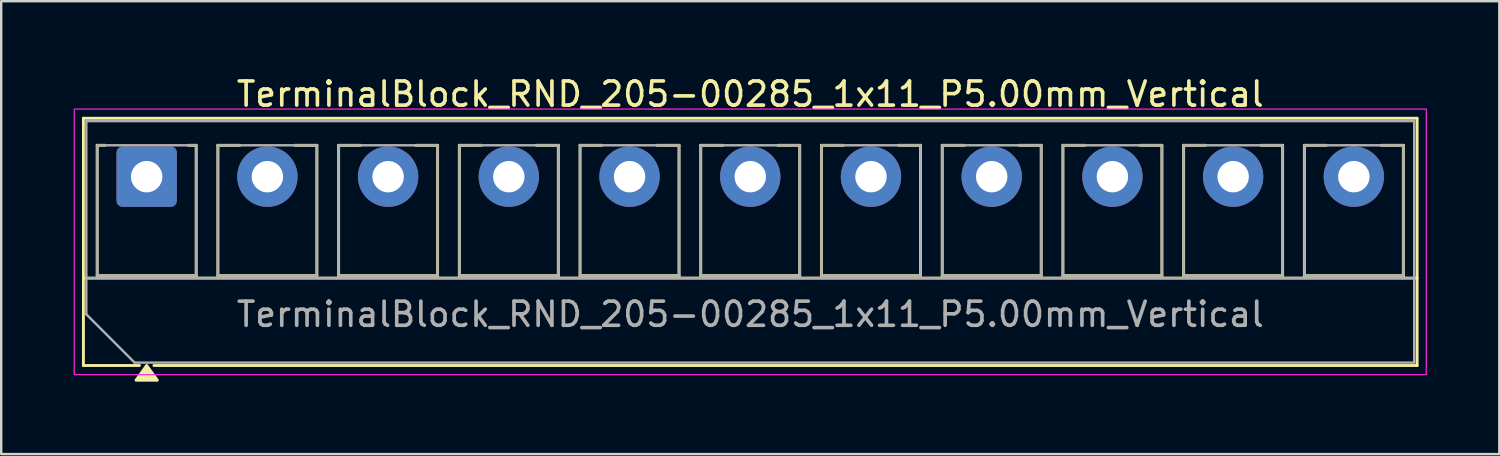
<source format=kicad_pcb>
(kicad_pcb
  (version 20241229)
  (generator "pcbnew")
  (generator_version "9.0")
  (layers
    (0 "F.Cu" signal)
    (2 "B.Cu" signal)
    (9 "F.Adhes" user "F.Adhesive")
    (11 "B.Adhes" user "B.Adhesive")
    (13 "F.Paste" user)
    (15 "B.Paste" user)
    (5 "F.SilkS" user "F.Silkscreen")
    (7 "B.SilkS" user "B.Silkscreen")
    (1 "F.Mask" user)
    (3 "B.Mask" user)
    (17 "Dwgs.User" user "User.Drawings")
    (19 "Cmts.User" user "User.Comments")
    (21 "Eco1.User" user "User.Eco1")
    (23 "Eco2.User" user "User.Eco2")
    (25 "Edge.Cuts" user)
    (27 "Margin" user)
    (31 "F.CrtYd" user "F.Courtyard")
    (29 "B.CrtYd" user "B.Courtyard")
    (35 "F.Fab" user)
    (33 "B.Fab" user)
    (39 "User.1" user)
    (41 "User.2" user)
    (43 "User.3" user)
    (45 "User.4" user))
  (footprint "TerminalBlock_RND_205-00285_1x11_P5.00mm_Vertical"
    (layer "F.Cu")
    (at 3.025 4.268)
    (property "Reference" "TerminalBlock_RND_205-00285_1x11_P5.00mm_Vertical" (at 25 -3.42 0) (layer "F.SilkS") (effects (font (size 1 1) (thickness 0.15))))
    (attr through_hole)
    (fp_line (start -2.62 -2.42) (end 52.62 -2.42) (stroke (width 0.12) (type solid)) (layer "F.SilkS"))
    (fp_line (start -2.62 4.2) (end 52.62 4.2) (stroke (width 0.12) (type solid)) (layer "F.SilkS"))
    (fp_line (start -2.62 7.82) (end -2.62 -2.42) (stroke (width 0.12) (type solid)) (layer "F.SilkS"))
    (fp_line (start -2.05 -1.3) (end -1.73 -1.3) (stroke (width 0.12) (type solid)) (layer "F.SilkS"))
    (fp_line (start -2.05 4.1) (end -2.05 -1.3) (stroke (width 0.12) (type solid)) (layer "F.SilkS"))
    (fp_line (start -0.3 7.82) (end -2.62 7.82) (stroke (width 0.12) (type solid)) (layer "F.SilkS"))
    (fp_line (start 1.73 -1.3) (end 2.05 -1.3) (stroke (width 0.12) (type solid)) (layer "F.SilkS"))
    (fp_line (start 2.05 -1.3) (end 2.05 4.1) (stroke (width 0.12) (type solid)) (layer "F.SilkS"))
    (fp_line (start 2.05 4.1) (end -2.05 4.1) (stroke (width 0.12) (type solid)) (layer "F.SilkS"))
    (fp_line (start 2.95 -1.3) (end 3.859 -1.3) (stroke (width 0.12) (type solid)) (layer "F.SilkS"))
    (fp_line (start 2.95 4.1) (end 2.95 -1.3) (stroke (width 0.12) (type solid)) (layer "F.SilkS"))
    (fp_line (start 6.141 -1.3) (end 7.05 -1.3) (stroke (width 0.12) (type solid)) (layer "F.SilkS"))
    (fp_line (start 7.05 -1.3) (end 7.05 4.1) (stroke (width 0.12) (type solid)) (layer "F.SilkS"))
    (fp_line (start 7.05 4.1) (end 2.95 4.1) (stroke (width 0.12) (type solid)) (layer "F.SilkS"))
    (fp_line (start 7.95 -1.3) (end 8.859 -1.3) (stroke (width 0.12) (type solid)) (layer "F.SilkS"))
    (fp_line (start 7.95 4.1) (end 7.95 -1.3) (stroke (width 0.12) (type solid)) (layer "F.SilkS"))
    (fp_line (start 11.141 -1.3) (end 12.05 -1.3) (stroke (width 0.12) (type solid)) (layer "F.SilkS"))
    (fp_line (start 12.05 -1.3) (end 12.05 4.1) (stroke (width 0.12) (type solid)) (layer "F.SilkS"))
    (fp_line (start 12.05 4.1) (end 7.95 4.1) (stroke (width 0.12) (type solid)) (layer "F.SilkS"))
    (fp_line (start 12.95 -1.3) (end 13.859 -1.3) (stroke (width 0.12) (type solid)) (layer "F.SilkS"))
    (fp_line (start 12.95 4.1) (end 12.95 -1.3) (stroke (width 0.12) (type solid)) (layer "F.SilkS"))
    (fp_line (start 16.141 -1.3) (end 17.05 -1.3) (stroke (width 0.12) (type solid)) (layer "F.SilkS"))
    (fp_line (start 17.05 -1.3) (end 17.05 4.1) (stroke (width 0.12) (type solid)) (layer "F.SilkS"))
    (fp_line (start 17.05 4.1) (end 12.95 4.1) (stroke (width 0.12) (type solid)) (layer "F.SilkS"))
    (fp_line (start 17.95 -1.3) (end 18.859 -1.3) (stroke (width 0.12) (type solid)) (layer "F.SilkS"))
    (fp_line (start 17.95 4.1) (end 17.95 -1.3) (stroke (width 0.12) (type solid)) (layer "F.SilkS"))
    (fp_line (start 21.141 -1.3) (end 22.05 -1.3) (stroke (width 0.12) (type solid)) (layer "F.SilkS"))
    (fp_line (start 22.05 -1.3) (end 22.05 4.1) (stroke (width 0.12) (type solid)) (layer "F.SilkS"))
    (fp_line (start 22.05 4.1) (end 17.95 4.1) (stroke (width 0.12) (type solid)) (layer "F.SilkS"))
    (fp_line (start 22.95 -1.3) (end 23.859 -1.3) (stroke (width 0.12) (type solid)) (layer "F.SilkS"))
    (fp_line (start 22.95 4.1) (end 22.95 -1.3) (stroke (width 0.12) (type solid)) (layer "F.SilkS"))
    (fp_line (start 26.141 -1.3) (end 27.05 -1.3) (stroke (width 0.12) (type solid)) (layer "F.SilkS"))
    (fp_line (start 27.05 -1.3) (end 27.05 4.1) (stroke (width 0.12) (type solid)) (layer "F.SilkS"))
    (fp_line (start 27.05 4.1) (end 22.95 4.1) (stroke (width 0.12) (type solid)) (layer "F.SilkS"))
    (fp_line (start 27.95 -1.3) (end 28.859 -1.3) (stroke (width 0.12) (type solid)) (layer "F.SilkS"))
    (fp_line (start 27.95 4.1) (end 27.95 -1.3) (stroke (width 0.12) (type solid)) (layer "F.SilkS"))
    (fp_line (start 31.141 -1.3) (end 32.05 -1.3) (stroke (width 0.12) (type solid)) (layer "F.SilkS"))
    (fp_line (start 32.05 -1.3) (end 32.05 4.1) (stroke (width 0.12) (type solid)) (layer "F.SilkS"))
    (fp_line (start 32.05 4.1) (end 27.95 4.1) (stroke (width 0.12) (type solid)) (layer "F.SilkS"))
    (fp_line (start 32.95 -1.3) (end 33.859 -1.3) (stroke (width 0.12) (type solid)) (layer "F.SilkS"))
    (fp_line (start 32.95 4.1) (end 32.95 -1.3) (stroke (width 0.12) (type solid)) (layer "F.SilkS"))
    (fp_line (start 36.141 -1.3) (end 37.05 -1.3) (stroke (width 0.12) (type solid)) (layer "F.SilkS"))
    (fp_line (start 37.05 -1.3) (end 37.05 4.1) (stroke (width 0.12) (type solid)) (layer "F.SilkS"))
    (fp_line (start 37.05 4.1) (end 32.95 4.1) (stroke (width 0.12) (type solid)) (layer "F.SilkS"))
    (fp_line (start 37.95 -1.3) (end 38.859 -1.3) (stroke (width 0.12) (type solid)) (layer "F.SilkS"))
    (fp_line (start 37.95 4.1) (end 37.95 -1.3) (stroke (width 0.12) (type solid)) (layer "F.SilkS"))
    (fp_line (start 41.141 -1.3) (end 42.05 -1.3) (stroke (width 0.12) (type solid)) (layer "F.SilkS"))
    (fp_line (start 42.05 -1.3) (end 42.05 4.1) (stroke (width 0.12) (type solid)) (layer "F.SilkS"))
    (fp_line (start 42.05 4.1) (end 37.95 4.1) (stroke (width 0.12) (type solid)) (layer "F.SilkS"))
    (fp_line (start 42.95 -1.3) (end 43.859 -1.3) (stroke (width 0.12) (type solid)) (layer "F.SilkS"))
    (fp_line (start 42.95 4.1) (end 42.95 -1.3) (stroke (width 0.12) (type solid)) (layer "F.SilkS"))
    (fp_line (start 46.141 -1.3) (end 47.05 -1.3) (stroke (width 0.12) (type solid)) (layer "F.SilkS"))
    (fp_line (start 47.05 -1.3) (end 47.05 4.1) (stroke (width 0.12) (type solid)) (layer "F.SilkS"))
    (fp_line (start 47.05 4.1) (end 42.95 4.1) (stroke (width 0.12) (type solid)) (layer "F.SilkS"))
    (fp_line (start 47.95 -1.3) (end 48.859 -1.3) (stroke (width 0.12) (type solid)) (layer "F.SilkS"))
    (fp_line (start 47.95 4.1) (end 47.95 -1.3) (stroke (width 0.12) (type solid)) (layer "F.SilkS"))
    (fp_line (start 51.141 -1.3) (end 52.05 -1.3) (stroke (width 0.12) (type solid)) (layer "F.SilkS"))
    (fp_line (start 52.05 -1.3) (end 52.05 4.1) (stroke (width 0.12) (type solid)) (layer "F.SilkS"))
    (fp_line (start 52.05 4.1) (end 47.95 4.1) (stroke (width 0.12) (type solid)) (layer "F.SilkS"))
    (fp_line (start 52.62 -2.42) (end 52.62 7.82) (stroke (width 0.12) (type solid)) (layer "F.SilkS"))
    (fp_line (start 52.62 7.82) (end 0.3 7.82) (stroke (width 0.12) (type solid)) (layer "F.SilkS"))
    (fp_poly (pts (xy 0 7.82) (xy 0.44 8.43) (xy -0.44 8.43)) (stroke (width 0.12) (type solid)) (fill yes) (layer "F.SilkS"))
    (fp_rect (start -3 -2.8) (end 53 8.2) (stroke (width 0.05) (type solid)) (fill no) (layer "F.CrtYd"))
    (fp_line (start -2.5 -2.3) (end 52.5 -2.3) (stroke (width 0.1) (type solid)) (layer "F.Fab"))
    (fp_line (start -2.5 4.2) (end 52.5 4.2) (stroke (width 0.1) (type solid)) (layer "F.Fab"))
    (fp_line (start -2.5 5.7) (end -2.5 -2.3) (stroke (width 0.1) (type solid)) (layer "F.Fab"))
    (fp_line (start -0.5 7.7) (end -2.5 5.7) (stroke (width 0.1) (type solid)) (layer "F.Fab"))
    (fp_line (start 52.5 -2.3) (end 52.5 7.7) (stroke (width 0.1) (type solid)) (layer "F.Fab"))
    (fp_line (start 52.5 7.7) (end -0.5 7.7) (stroke (width 0.1) (type solid)) (layer "F.Fab"))
    (fp_rect (start -2.05 -1.3) (end 2.05 4.1) (stroke (width 0.1) (type solid)) (fill no) (layer "F.Fab"))
    (fp_rect (start 2.95 -1.3) (end 7.05 4.1) (stroke (width 0.1) (type solid)) (fill no) (layer "F.Fab"))
    (fp_rect (start 7.95 -1.3) (end 12.05 4.1) (stroke (width 0.1) (type solid)) (fill no) (layer "F.Fab"))
    (fp_rect (start 12.95 -1.3) (end 17.05 4.1) (stroke (width 0.1) (type solid)) (fill no) (layer "F.Fab"))
    (fp_rect (start 17.95 -1.3) (end 22.05 4.1) (stroke (width 0.1) (type solid)) (fill no) (layer "F.Fab"))
    (fp_rect (start 22.95 -1.3) (end 27.05 4.1) (stroke (width 0.1) (type solid)) (fill no) (layer "F.Fab"))
    (fp_rect (start 27.95 -1.3) (end 32.05 4.1) (stroke (width 0.1) (type solid)) (fill no) (layer "F.Fab"))
    (fp_rect (start 32.95 -1.3) (end 37.05 4.1) (stroke (width 0.1) (type solid)) (fill no) (layer "F.Fab"))
    (fp_rect (start 37.95 -1.3) (end 42.05 4.1) (stroke (width 0.1) (type solid)) (fill no) (layer "F.Fab"))
    (fp_rect (start 42.95 -1.3) (end 47.05 4.1) (stroke (width 0.1) (type solid)) (fill no) (layer "F.Fab"))
    (fp_rect (start 47.95 -1.3) (end 52.05 4.1) (stroke (width 0.1) (type solid)) (fill no) (layer "F.Fab"))
    (fp_text user "${REFERENCE}" (at 25 5.7 0) (layer "F.Fab") (effects (font (size 1 1) (thickness 0.15))))
    (pad "1" thru_hole roundrect (at 0 0) (size 2.5 2.5) (drill 1.3) (layers "*.Cu" "*.Mask") (roundrect_rratio 0.1))
    (pad "2" thru_hole circle (at 5 0) (size 2.5 2.5) (drill 1.3) (layers "*.Cu" "*.Mask"))
    (pad "3" thru_hole circle (at 10 0) (size 2.5 2.5) (drill 1.3) (layers "*.Cu" "*.Mask"))
    (pad "4" thru_hole circle (at 15 0) (size 2.5 2.5) (drill 1.3) (layers "*.Cu" "*.Mask"))
    (pad "5" thru_hole circle (at 20 0) (size 2.5 2.5) (drill 1.3) (layers "*.Cu" "*.Mask"))
    (pad "6" thru_hole circle (at 25 0) (size 2.5 2.5) (drill 1.3) (layers "*.Cu" "*.Mask"))
    (pad "7" thru_hole circle (at 30 0) (size 2.5 2.5) (drill 1.3) (layers "*.Cu" "*.Mask"))
    (pad "8" thru_hole circle (at 35 0) (size 2.5 2.5) (drill 1.3) (layers "*.Cu" "*.Mask"))
    (pad "9" thru_hole circle (at 40 0) (size 2.5 2.5) (drill 1.3) (layers "*.Cu" "*.Mask"))
    (pad "10" thru_hole circle (at 45 0) (size 2.5 2.5) (drill 1.3) (layers "*.Cu" "*.Mask"))
    (pad "11" thru_hole circle (at 50 0) (size 2.5 2.5) (drill 1.3) (layers "*.Cu" "*.Mask")))
  (gr_rect
    (start -3 -3)
    (end 59.05 15.758)
    (stroke (width 0.1) (type default))
    (fill no)
    (layer "Edge.Cuts")))
</source>
